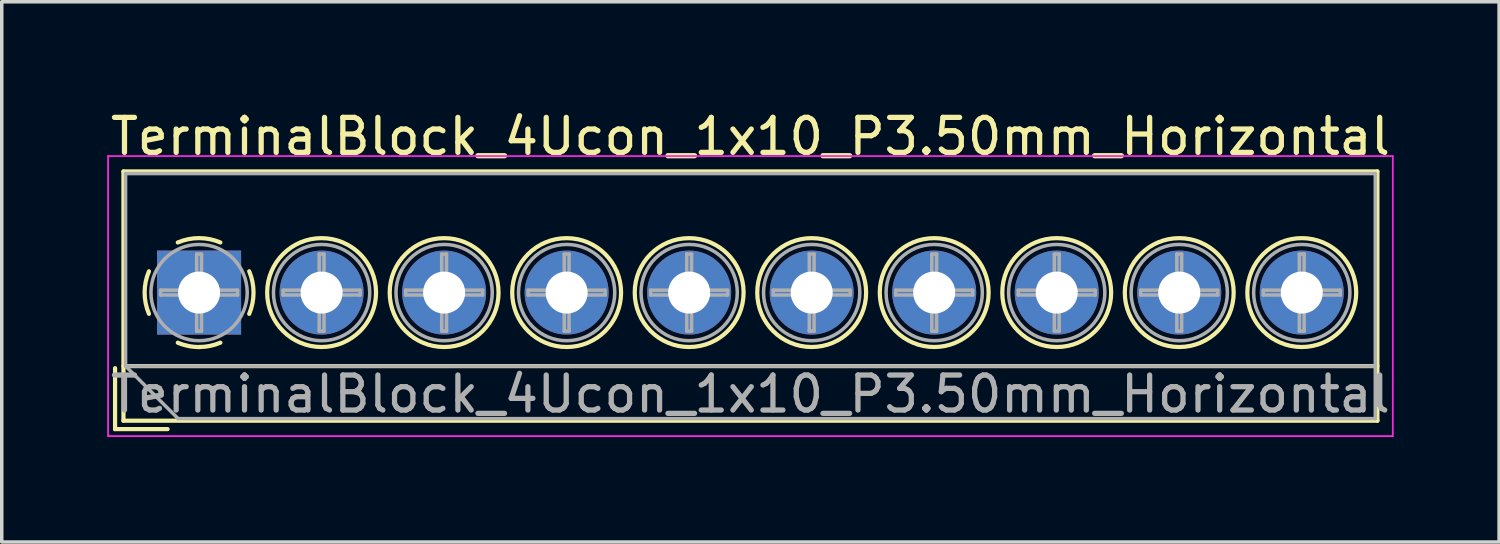
<source format=kicad_pcb>
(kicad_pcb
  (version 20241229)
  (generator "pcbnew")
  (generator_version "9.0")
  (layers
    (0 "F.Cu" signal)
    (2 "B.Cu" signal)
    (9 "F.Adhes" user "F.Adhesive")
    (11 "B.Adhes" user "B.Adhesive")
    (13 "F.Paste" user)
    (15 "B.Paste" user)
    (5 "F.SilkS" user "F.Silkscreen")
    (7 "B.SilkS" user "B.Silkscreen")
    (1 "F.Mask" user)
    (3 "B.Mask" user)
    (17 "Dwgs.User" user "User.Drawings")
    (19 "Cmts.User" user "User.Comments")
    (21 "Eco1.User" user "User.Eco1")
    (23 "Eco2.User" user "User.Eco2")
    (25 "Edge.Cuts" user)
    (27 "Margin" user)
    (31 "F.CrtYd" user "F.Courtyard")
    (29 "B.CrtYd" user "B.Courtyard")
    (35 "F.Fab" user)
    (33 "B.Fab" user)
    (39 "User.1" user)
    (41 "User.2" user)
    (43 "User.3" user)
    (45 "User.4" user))
  (footprint "TerminalBlock_4Ucon_1x10_P3.50mm_Horizontal"
    (layer "F.Cu")
    (at 2.637 5.308)
    (property "Reference" "TerminalBlock_4Ucon_1x10_P3.50mm_Horizontal" (at 15.75 -4.46 0) (layer "F.SilkS") (effects (font (size 1 1) (thickness 0.15))))
    (attr through_hole)
    (fp_line (start -2.4 2.16) (end -2.4 3.9) (stroke (width 0.12) (type solid)) (layer "F.SilkS"))
    (fp_line (start -2.4 3.9) (end -0.9 3.9) (stroke (width 0.12) (type solid)) (layer "F.SilkS"))
    (fp_line (start -2.16 -3.46) (end -2.16 3.66) (stroke (width 0.12) (type solid)) (layer "F.SilkS"))
    (fp_line (start -2.16 -3.46) (end 33.66 -3.46) (stroke (width 0.12) (type solid)) (layer "F.SilkS"))
    (fp_line (start -2.16 2.1) (end 33.66 2.1) (stroke (width 0.12) (type solid)) (layer "F.SilkS"))
    (fp_line (start -2.16 3.66) (end 33.66 3.66) (stroke (width 0.12) (type solid)) (layer "F.SilkS"))
    (fp_line (start 33.66 -3.46) (end 33.66 3.66) (stroke (width 0.12) (type solid)) (layer "F.SilkS"))
    (fp_arc (start -1.432109 0.607742) (mid -1.555727 -0.00014) (end -1.432 -0.608) (stroke (width 0.12) (type solid)) (layer "F.SilkS"))
    (fp_arc (start -0.607742 -1.432109) (mid 0.00014 -1.555727) (end 0.608 -1.432) (stroke (width 0.12) (type solid)) (layer "F.SilkS"))
    (fp_arc (start 0.027011 1.555493) (mid -0.296984 1.527118) (end -0.608 1.432) (stroke (width 0.12) (type solid)) (layer "F.SilkS"))
    (fp_arc (start 0.607587 1.431385) (mid 0.310017 1.523783) (end 0 1.555) (stroke (width 0.12) (type solid)) (layer "F.SilkS"))
    (fp_arc (start 1.432109 -0.607742) (mid 1.555727 0.00014) (end 1.432 0.608) (stroke (width 0.12) (type solid)) (layer "F.SilkS"))
    (fp_circle (center 3.5 0) (end 5.055 0) (stroke (width 0.12) (type solid)) (fill no) (layer "F.SilkS"))
    (fp_circle (center 7 0) (end 8.555 0) (stroke (width 0.12) (type solid)) (fill no) (layer "F.SilkS"))
    (fp_circle (center 10.5 0) (end 12.055 0) (stroke (width 0.12) (type solid)) (fill no) (layer "F.SilkS"))
    (fp_circle (center 14 0) (end 15.555 0) (stroke (width 0.12) (type solid)) (fill no) (layer "F.SilkS"))
    (fp_circle (center 17.5 0) (end 19.055 0) (stroke (width 0.12) (type solid)) (fill no) (layer "F.SilkS"))
    (fp_circle (center 21 0) (end 22.555 0) (stroke (width 0.12) (type solid)) (fill no) (layer "F.SilkS"))
    (fp_circle (center 24.5 0) (end 26.055 0) (stroke (width 0.12) (type solid)) (fill no) (layer "F.SilkS"))
    (fp_circle (center 28 0) (end 29.555 0) (stroke (width 0.12) (type solid)) (fill no) (layer "F.SilkS"))
    (fp_circle (center 31.5 0) (end 33.055 0) (stroke (width 0.12) (type solid)) (fill no) (layer "F.SilkS"))
    (fp_line (start -2.6 -3.9) (end -2.6 4.1) (stroke (width 0.05) (type solid)) (layer "F.CrtYd"))
    (fp_line (start -2.6 4.1) (end 34.1 4.1) (stroke (width 0.05) (type solid)) (layer "F.CrtYd"))
    (fp_line (start 34.1 -3.9) (end -2.6 -3.9) (stroke (width 0.05) (type solid)) (layer "F.CrtYd"))
    (fp_line (start 34.1 4.1) (end 34.1 -3.9) (stroke (width 0.05) (type solid)) (layer "F.CrtYd"))
    (fp_line (start -2.1 -3.4) (end 33.6 -3.4) (stroke (width 0.1) (type solid)) (layer "F.Fab"))
    (fp_line (start -2.1 2.1) (end -2.1 -3.4) (stroke (width 0.1) (type solid)) (layer "F.Fab"))
    (fp_line (start -2.1 2.1) (end 33.6 2.1) (stroke (width 0.1) (type solid)) (layer "F.Fab"))
    (fp_line (start -1.1 -0.069) (end -0.069 -0.069) (stroke (width 0.1) (type solid)) (layer "F.Fab"))
    (fp_line (start -1.1 0.069) (end -1.1 -0.069) (stroke (width 0.1) (type solid)) (layer "F.Fab"))
    (fp_line (start -0.6 3.6) (end -2.1 2.1) (stroke (width 0.1) (type solid)) (layer "F.Fab"))
    (fp_line (start -0.069 -1.1) (end 0.069 -1.1) (stroke (width 0.1) (type solid)) (layer "F.Fab"))
    (fp_line (start -0.069 -0.069) (end -0.069 -1.1) (stroke (width 0.1) (type solid)) (layer "F.Fab"))
    (fp_line (start -0.069 0.069) (end -1.1 0.069) (stroke (width 0.1) (type solid)) (layer "F.Fab"))
    (fp_line (start -0.069 1.1) (end -0.069 0.069) (stroke (width 0.1) (type solid)) (layer "F.Fab"))
    (fp_line (start 0.069 -1.1) (end 0.069 -0.069) (stroke (width 0.1) (type solid)) (layer "F.Fab"))
    (fp_line (start 0.069 -0.069) (end 1.1 -0.069) (stroke (width 0.1) (type solid)) (layer "F.Fab"))
    (fp_line (start 0.069 0.069) (end 0.069 1.1) (stroke (width 0.1) (type solid)) (layer "F.Fab"))
    (fp_line (start 0.069 1.1) (end -0.069 1.1) (stroke (width 0.1) (type solid)) (layer "F.Fab"))
    (fp_line (start 1.1 -0.069) (end 1.1 0.069) (stroke (width 0.1) (type solid)) (layer "F.Fab"))
    (fp_line (start 1.1 0.069) (end 0.069 0.069) (stroke (width 0.1) (type solid)) (layer "F.Fab"))
    (fp_line (start 2.4 -0.069) (end 3.431 -0.069) (stroke (width 0.1) (type solid)) (layer "F.Fab"))
    (fp_line (start 2.4 0.069) (end 2.4 -0.069) (stroke (width 0.1) (type solid)) (layer "F.Fab"))
    (fp_line (start 3.431 -1.1) (end 3.569 -1.1) (stroke (width 0.1) (type solid)) (layer "F.Fab"))
    (fp_line (start 3.431 -0.069) (end 3.431 -1.1) (stroke (width 0.1) (type solid)) (layer "F.Fab"))
    (fp_line (start 3.431 0.069) (end 2.4 0.069) (stroke (width 0.1) (type solid)) (layer "F.Fab"))
    (fp_line (start 3.431 1.1) (end 3.431 0.069) (stroke (width 0.1) (type solid)) (layer "F.Fab"))
    (fp_line (start 3.569 -1.1) (end 3.569 -0.069) (stroke (width 0.1) (type solid)) (layer "F.Fab"))
    (fp_line (start 3.569 -0.069) (end 4.6 -0.069) (stroke (width 0.1) (type solid)) (layer "F.Fab"))
    (fp_line (start 3.569 0.069) (end 3.569 1.1) (stroke (width 0.1) (type solid)) (layer "F.Fab"))
    (fp_line (start 3.569 1.1) (end 3.431 1.1) (stroke (width 0.1) (type solid)) (layer "F.Fab"))
    (fp_line (start 4.6 -0.069) (end 4.6 0.069) (stroke (width 0.1) (type solid)) (layer "F.Fab"))
    (fp_line (start 4.6 0.069) (end 3.569 0.069) (stroke (width 0.1) (type solid)) (layer "F.Fab"))
    (fp_line (start 5.9 -0.069) (end 6.931 -0.069) (stroke (width 0.1) (type solid)) (layer "F.Fab"))
    (fp_line (start 5.9 0.069) (end 5.9 -0.069) (stroke (width 0.1) (type solid)) (layer "F.Fab"))
    (fp_line (start 6.931 -1.1) (end 7.069 -1.1) (stroke (width 0.1) (type solid)) (layer "F.Fab"))
    (fp_line (start 6.931 -0.069) (end 6.931 -1.1) (stroke (width 0.1) (type solid)) (layer "F.Fab"))
    (fp_line (start 6.931 0.069) (end 5.9 0.069) (stroke (width 0.1) (type solid)) (layer "F.Fab"))
    (fp_line (start 6.931 1.1) (end 6.931 0.069) (stroke (width 0.1) (type solid)) (layer "F.Fab"))
    (fp_line (start 7.069 -1.1) (end 7.069 -0.069) (stroke (width 0.1) (type solid)) (layer "F.Fab"))
    (fp_line (start 7.069 -0.069) (end 8.1 -0.069) (stroke (width 0.1) (type solid)) (layer "F.Fab"))
    (fp_line (start 7.069 0.069) (end 7.069 1.1) (stroke (width 0.1) (type solid)) (layer "F.Fab"))
    (fp_line (start 7.069 1.1) (end 6.931 1.1) (stroke (width 0.1) (type solid)) (layer "F.Fab"))
    (fp_line (start 8.1 -0.069) (end 8.1 0.069) (stroke (width 0.1) (type solid)) (layer "F.Fab"))
    (fp_line (start 8.1 0.069) (end 7.069 0.069) (stroke (width 0.1) (type solid)) (layer "F.Fab"))
    (fp_line (start 9.4 -0.069) (end 10.431 -0.069) (stroke (width 0.1) (type solid)) (layer "F.Fab"))
    (fp_line (start 9.4 0.069) (end 9.4 -0.069) (stroke (width 0.1) (type solid)) (layer "F.Fab"))
    (fp_line (start 10.431 -1.1) (end 10.569 -1.1) (stroke (width 0.1) (type solid)) (layer "F.Fab"))
    (fp_line (start 10.431 -0.069) (end 10.431 -1.1) (stroke (width 0.1) (type solid)) (layer "F.Fab"))
    (fp_line (start 10.431 0.069) (end 9.4 0.069) (stroke (width 0.1) (type solid)) (layer "F.Fab"))
    (fp_line (start 10.431 1.1) (end 10.431 0.069) (stroke (width 0.1) (type solid)) (layer "F.Fab"))
    (fp_line (start 10.569 -1.1) (end 10.569 -0.069) (stroke (width 0.1) (type solid)) (layer "F.Fab"))
    (fp_line (start 10.569 -0.069) (end 11.6 -0.069) (stroke (width 0.1) (type solid)) (layer "F.Fab"))
    (fp_line (start 10.569 0.069) (end 10.569 1.1) (stroke (width 0.1) (type solid)) (layer "F.Fab"))
    (fp_line (start 10.569 1.1) (end 10.431 1.1) (stroke (width 0.1) (type solid)) (layer "F.Fab"))
    (fp_line (start 11.6 -0.069) (end 11.6 0.069) (stroke (width 0.1) (type solid)) (layer "F.Fab"))
    (fp_line (start 11.6 0.069) (end 10.569 0.069) (stroke (width 0.1) (type solid)) (layer "F.Fab"))
    (fp_line (start 12.9 -0.069) (end 13.931 -0.069) (stroke (width 0.1) (type solid)) (layer "F.Fab"))
    (fp_line (start 12.9 0.069) (end 12.9 -0.069) (stroke (width 0.1) (type solid)) (layer "F.Fab"))
    (fp_line (start 13.931 -1.1) (end 14.069 -1.1) (stroke (width 0.1) (type solid)) (layer "F.Fab"))
    (fp_line (start 13.931 -0.069) (end 13.931 -1.1) (stroke (width 0.1) (type solid)) (layer "F.Fab"))
    (fp_line (start 13.931 0.069) (end 12.9 0.069) (stroke (width 0.1) (type solid)) (layer "F.Fab"))
    (fp_line (start 13.931 1.1) (end 13.931 0.069) (stroke (width 0.1) (type solid)) (layer "F.Fab"))
    (fp_line (start 14.069 -1.1) (end 14.069 -0.069) (stroke (width 0.1) (type solid)) (layer "F.Fab"))
    (fp_line (start 14.069 -0.069) (end 15.1 -0.069) (stroke (width 0.1) (type solid)) (layer "F.Fab"))
    (fp_line (start 14.069 0.069) (end 14.069 1.1) (stroke (width 0.1) (type solid)) (layer "F.Fab"))
    (fp_line (start 14.069 1.1) (end 13.931 1.1) (stroke (width 0.1) (type solid)) (layer "F.Fab"))
    (fp_line (start 15.1 -0.069) (end 15.1 0.069) (stroke (width 0.1) (type solid)) (layer "F.Fab"))
    (fp_line (start 15.1 0.069) (end 14.069 0.069) (stroke (width 0.1) (type solid)) (layer "F.Fab"))
    (fp_line (start 16.4 -0.069) (end 17.431 -0.069) (stroke (width 0.1) (type solid)) (layer "F.Fab"))
    (fp_line (start 16.4 0.069) (end 16.4 -0.069) (stroke (width 0.1) (type solid)) (layer "F.Fab"))
    (fp_line (start 17.431 -1.1) (end 17.569 -1.1) (stroke (width 0.1) (type solid)) (layer "F.Fab"))
    (fp_line (start 17.431 -0.069) (end 17.431 -1.1) (stroke (width 0.1) (type solid)) (layer "F.Fab"))
    (fp_line (start 17.431 0.069) (end 16.4 0.069) (stroke (width 0.1) (type solid)) (layer "F.Fab"))
    (fp_line (start 17.431 1.1) (end 17.431 0.069) (stroke (width 0.1) (type solid)) (layer "F.Fab"))
    (fp_line (start 17.569 -1.1) (end 17.569 -0.069) (stroke (width 0.1) (type solid)) (layer "F.Fab"))
    (fp_line (start 17.569 -0.069) (end 18.6 -0.069) (stroke (width 0.1) (type solid)) (layer "F.Fab"))
    (fp_line (start 17.569 0.069) (end 17.569 1.1) (stroke (width 0.1) (type solid)) (layer "F.Fab"))
    (fp_line (start 17.569 1.1) (end 17.431 1.1) (stroke (width 0.1) (type solid)) (layer "F.Fab"))
    (fp_line (start 18.6 -0.069) (end 18.6 0.069) (stroke (width 0.1) (type solid)) (layer "F.Fab"))
    (fp_line (start 18.6 0.069) (end 17.569 0.069) (stroke (width 0.1) (type solid)) (layer "F.Fab"))
    (fp_line (start 19.9 -0.069) (end 20.931 -0.069) (stroke (width 0.1) (type solid)) (layer "F.Fab"))
    (fp_line (start 19.9 0.069) (end 19.9 -0.069) (stroke (width 0.1) (type solid)) (layer "F.Fab"))
    (fp_line (start 20.931 -1.1) (end 21.069 -1.1) (stroke (width 0.1) (type solid)) (layer "F.Fab"))
    (fp_line (start 20.931 -0.069) (end 20.931 -1.1) (stroke (width 0.1) (type solid)) (layer "F.Fab"))
    (fp_line (start 20.931 0.069) (end 19.9 0.069) (stroke (width 0.1) (type solid)) (layer "F.Fab"))
    (fp_line (start 20.931 1.1) (end 20.931 0.069) (stroke (width 0.1) (type solid)) (layer "F.Fab"))
    (fp_line (start 21.069 -1.1) (end 21.069 -0.069) (stroke (width 0.1) (type solid)) (layer "F.Fab"))
    (fp_line (start 21.069 -0.069) (end 22.1 -0.069) (stroke (width 0.1) (type solid)) (layer "F.Fab"))
    (fp_line (start 21.069 0.069) (end 21.069 1.1) (stroke (width 0.1) (type solid)) (layer "F.Fab"))
    (fp_line (start 21.069 1.1) (end 20.931 1.1) (stroke (width 0.1) (type solid)) (layer "F.Fab"))
    (fp_line (start 22.1 -0.069) (end 22.1 0.069) (stroke (width 0.1) (type solid)) (layer "F.Fab"))
    (fp_line (start 22.1 0.069) (end 21.069 0.069) (stroke (width 0.1) (type solid)) (layer "F.Fab"))
    (fp_line (start 23.4 -0.069) (end 24.431 -0.069) (stroke (width 0.1) (type solid)) (layer "F.Fab"))
    (fp_line (start 23.4 0.069) (end 23.4 -0.069) (stroke (width 0.1) (type solid)) (layer "F.Fab"))
    (fp_line (start 24.431 -1.1) (end 24.569 -1.1) (stroke (width 0.1) (type solid)) (layer "F.Fab"))
    (fp_line (start 24.431 -0.069) (end 24.431 -1.1) (stroke (width 0.1) (type solid)) (layer "F.Fab"))
    (fp_line (start 24.431 0.069) (end 23.4 0.069) (stroke (width 0.1) (type solid)) (layer "F.Fab"))
    (fp_line (start 24.431 1.1) (end 24.431 0.069) (stroke (width 0.1) (type solid)) (layer "F.Fab"))
    (fp_line (start 24.569 -1.1) (end 24.569 -0.069) (stroke (width 0.1) (type solid)) (layer "F.Fab"))
    (fp_line (start 24.569 -0.069) (end 25.6 -0.069) (stroke (width 0.1) (type solid)) (layer "F.Fab"))
    (fp_line (start 24.569 0.069) (end 24.569 1.1) (stroke (width 0.1) (type solid)) (layer "F.Fab"))
    (fp_line (start 24.569 1.1) (end 24.431 1.1) (stroke (width 0.1) (type solid)) (layer "F.Fab"))
    (fp_line (start 25.6 -0.069) (end 25.6 0.069) (stroke (width 0.1) (type solid)) (layer "F.Fab"))
    (fp_line (start 25.6 0.069) (end 24.569 0.069) (stroke (width 0.1) (type solid)) (layer "F.Fab"))
    (fp_line (start 26.9 -0.069) (end 27.931 -0.069) (stroke (width 0.1) (type solid)) (layer "F.Fab"))
    (fp_line (start 26.9 0.069) (end 26.9 -0.069) (stroke (width 0.1) (type solid)) (layer "F.Fab"))
    (fp_line (start 27.931 -1.1) (end 28.069 -1.1) (stroke (width 0.1) (type solid)) (layer "F.Fab"))
    (fp_line (start 27.931 -0.069) (end 27.931 -1.1) (stroke (width 0.1) (type solid)) (layer "F.Fab"))
    (fp_line (start 27.931 0.069) (end 26.9 0.069) (stroke (width 0.1) (type solid)) (layer "F.Fab"))
    (fp_line (start 27.931 1.1) (end 27.931 0.069) (stroke (width 0.1) (type solid)) (layer "F.Fab"))
    (fp_line (start 28.069 -1.1) (end 28.069 -0.069) (stroke (width 0.1) (type solid)) (layer "F.Fab"))
    (fp_line (start 28.069 -0.069) (end 29.1 -0.069) (stroke (width 0.1) (type solid)) (layer "F.Fab"))
    (fp_line (start 28.069 0.069) (end 28.069 1.1) (stroke (width 0.1) (type solid)) (layer "F.Fab"))
    (fp_line (start 28.069 1.1) (end 27.931 1.1) (stroke (width 0.1) (type solid)) (layer "F.Fab"))
    (fp_line (start 29.1 -0.069) (end 29.1 0.069) (stroke (width 0.1) (type solid)) (layer "F.Fab"))
    (fp_line (start 29.1 0.069) (end 28.069 0.069) (stroke (width 0.1) (type solid)) (layer "F.Fab"))
    (fp_line (start 30.4 -0.069) (end 31.431 -0.069) (stroke (width 0.1) (type solid)) (layer "F.Fab"))
    (fp_line (start 30.4 0.069) (end 30.4 -0.069) (stroke (width 0.1) (type solid)) (layer "F.Fab"))
    (fp_line (start 31.431 -1.1) (end 31.569 -1.1) (stroke (width 0.1) (type solid)) (layer "F.Fab"))
    (fp_line (start 31.431 -0.069) (end 31.431 -1.1) (stroke (width 0.1) (type solid)) (layer "F.Fab"))
    (fp_line (start 31.431 0.069) (end 30.4 0.069) (stroke (width 0.1) (type solid)) (layer "F.Fab"))
    (fp_line (start 31.431 1.1) (end 31.431 0.069) (stroke (width 0.1) (type solid)) (layer "F.Fab"))
    (fp_line (start 31.569 -1.1) (end 31.569 -0.069) (stroke (width 0.1) (type solid)) (layer "F.Fab"))
    (fp_line (start 31.569 -0.069) (end 32.6 -0.069) (stroke (width 0.1) (type solid)) (layer "F.Fab"))
    (fp_line (start 31.569 0.069) (end 31.569 1.1) (stroke (width 0.1) (type solid)) (layer "F.Fab"))
    (fp_line (start 31.569 1.1) (end 31.431 1.1) (stroke (width 0.1) (type solid)) (layer "F.Fab"))
    (fp_line (start 32.6 -0.069) (end 32.6 0.069) (stroke (width 0.1) (type solid)) (layer "F.Fab"))
    (fp_line (start 32.6 0.069) (end 31.569 0.069) (stroke (width 0.1) (type solid)) (layer "F.Fab"))
    (fp_line (start 33.6 -3.4) (end 33.6 3.6) (stroke (width 0.1) (type solid)) (layer "F.Fab"))
    (fp_line (start 33.6 3.6) (end -0.6 3.6) (stroke (width 0.1) (type solid)) (layer "F.Fab"))
    (fp_circle (center 0 0) (end 1.375 0) (stroke (width 0.1) (type solid)) (fill no) (layer "F.Fab"))
    (fp_circle (center 3.5 0) (end 4.875 0) (stroke (width 0.1) (type solid)) (fill no) (layer "F.Fab"))
    (fp_circle (center 7 0) (end 8.375 0) (stroke (width 0.1) (type solid)) (fill no) (layer "F.Fab"))
    (fp_circle (center 10.5 0) (end 11.875 0) (stroke (width 0.1) (type solid)) (fill no) (layer "F.Fab"))
    (fp_circle (center 14 0) (end 15.375 0) (stroke (width 0.1) (type solid)) (fill no) (layer "F.Fab"))
    (fp_circle (center 17.5 0) (end 18.875 0) (stroke (width 0.1) (type solid)) (fill no) (layer "F.Fab"))
    (fp_circle (center 21 0) (end 22.375 0) (stroke (width 0.1) (type solid)) (fill no) (layer "F.Fab"))
    (fp_circle (center 24.5 0) (end 25.875 0) (stroke (width 0.1) (type solid)) (fill no) (layer "F.Fab"))
    (fp_circle (center 28 0) (end 29.375 0) (stroke (width 0.1) (type solid)) (fill no) (layer "F.Fab"))
    (fp_circle (center 31.5 0) (end 32.875 0) (stroke (width 0.1) (type solid)) (fill no) (layer "F.Fab"))
    (fp_text user "${REFERENCE}" (at 15.75 2.9 0) (layer "F.Fab") (effects (font (size 1 1) (thickness 0.15))))
    (pad "1" thru_hole rect (at 0 0) (size 2.4 2.4) (drill 1.2) (layers "*.Cu" "*.Mask"))
    (pad "2" thru_hole circle (at 3.5 0) (size 2.4 2.4) (drill 1.2) (layers "*.Cu" "*.Mask"))
    (pad "3" thru_hole circle (at 7 0) (size 2.4 2.4) (drill 1.2) (layers "*.Cu" "*.Mask"))
    (pad "4" thru_hole circle (at 10.5 0) (size 2.4 2.4) (drill 1.2) (layers "*.Cu" "*.Mask"))
    (pad "5" thru_hole circle (at 14 0) (size 2.4 2.4) (drill 1.2) (layers "*.Cu" "*.Mask"))
    (pad "6" thru_hole circle (at 17.5 0) (size 2.4 2.4) (drill 1.2) (layers "*.Cu" "*.Mask"))
    (pad "7" thru_hole circle (at 21 0) (size 2.4 2.4) (drill 1.2) (layers "*.Cu" "*.Mask"))
    (pad "8" thru_hole circle (at 24.5 0) (size 2.4 2.4) (drill 1.2) (layers "*.Cu" "*.Mask"))
    (pad "9" thru_hole circle (at 28 0) (size 2.4 2.4) (drill 1.2) (layers "*.Cu" "*.Mask"))
    (pad "10" thru_hole circle (at 31.5 0) (size 2.4 2.4) (drill 1.2) (layers "*.Cu" "*.Mask")))
  (gr_rect
    (start -3 -3)
    (end 39.774 12.433)
    (stroke (width 0.1) (type default))
    (fill no)
    (layer "Edge.Cuts")))
</source>
